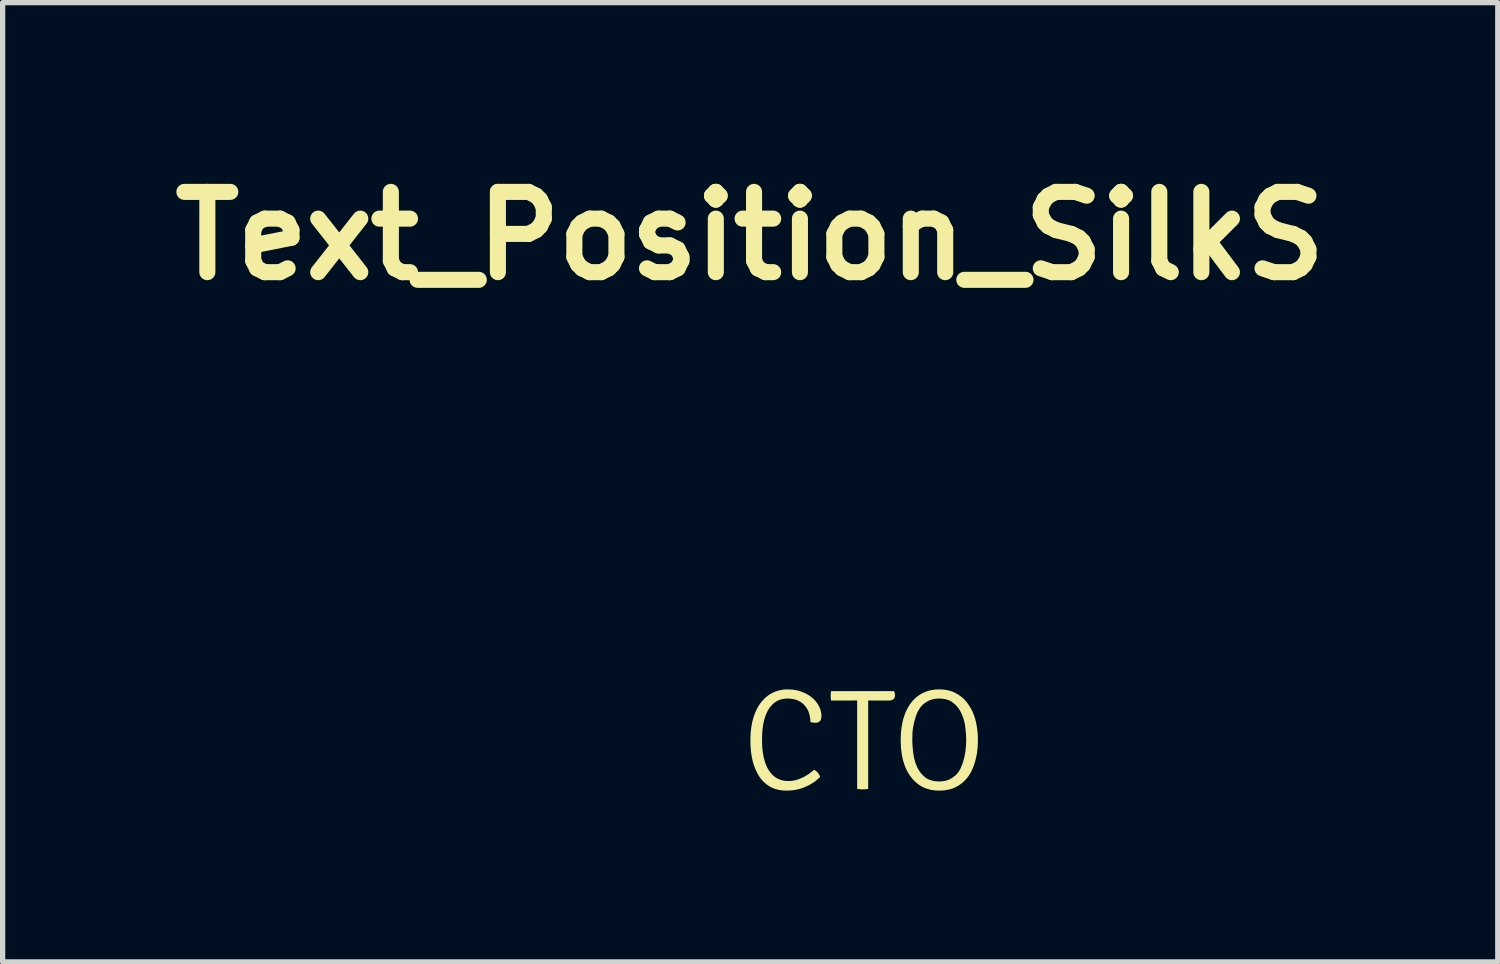
<source format=kicad_pcb>
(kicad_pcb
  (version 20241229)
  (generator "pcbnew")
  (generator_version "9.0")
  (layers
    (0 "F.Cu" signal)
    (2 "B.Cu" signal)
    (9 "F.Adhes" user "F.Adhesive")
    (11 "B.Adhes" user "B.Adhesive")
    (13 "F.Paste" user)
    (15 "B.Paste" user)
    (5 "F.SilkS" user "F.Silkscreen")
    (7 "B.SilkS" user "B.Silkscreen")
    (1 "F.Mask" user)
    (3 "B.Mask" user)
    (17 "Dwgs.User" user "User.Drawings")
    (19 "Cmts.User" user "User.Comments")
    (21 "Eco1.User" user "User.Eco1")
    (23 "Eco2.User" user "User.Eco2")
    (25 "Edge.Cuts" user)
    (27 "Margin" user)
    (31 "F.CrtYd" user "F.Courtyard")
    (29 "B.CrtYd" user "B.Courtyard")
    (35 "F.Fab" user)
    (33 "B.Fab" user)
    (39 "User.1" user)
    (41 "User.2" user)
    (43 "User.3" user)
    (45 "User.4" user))
  (footprint "Text_Position_SilkS"
    (layer "F.Cu")
    (at 11.191 11.959)
    (property "Reference" "Text_Position_SilkS" (at 0 -10.532 0) (layer "F.SilkS") (effects (font (size 1.524 1.524) (thickness 0.305))))
    (attr smd)
    (fp_poly (pts (xy 2.389 -1.711) (xy 2.239 -1.713) (xy 2.239 -0.034) (xy 2.217 -0.03) (xy 2.192 -0.028) (xy 2.165 -0.026) (xy 2.136 -0.026) (xy 2.113 -0.026) (xy 2.09 -0.027) (xy 2.069 -0.029) (xy 2.049 -0.031) (xy 2.03 -0.034) (xy 2.03 -1.713) (xy 1.883 -1.711) (xy 1.535 -1.711) (xy 1.532 -1.734) (xy 1.529 -1.756) (xy 1.528 -1.777) (xy 1.527 -1.798) (xy 1.528 -1.82) (xy 1.529 -1.843) (xy 1.532 -1.866) (xy 1.535 -1.89) (xy 2.731 -1.89) (xy 2.738 -1.871) (xy 2.743 -1.851) (xy 2.747 -1.828) (xy 2.748 -1.803) (xy 2.746 -1.784) (xy 2.741 -1.767) (xy 2.733 -1.752) (xy 2.722 -1.739) (xy 2.708 -1.729) (xy 2.691 -1.721) (xy 2.67 -1.715) (xy 2.647 -1.712) (xy 2.62 -1.711) (xy 2.389 -1.711)) (stroke (width 0) (type solid)) (fill yes) (layer "F.SilkS"))
    (fp_poly (pts (xy 1.142 -1.303) (xy 1.142 -1.326) (xy 1.14 -1.349) (xy 1.138 -1.372) (xy 1.134 -1.395) (xy 1.13 -1.418) (xy 1.124 -1.441) (xy 1.118 -1.463) (xy 1.111 -1.486) (xy 1.103 -1.508) (xy 1.093 -1.53) (xy 1.082 -1.55) (xy 1.07 -1.57) (xy 1.057 -1.589) (xy 1.042 -1.607) (xy 1.026 -1.626) (xy 1.01 -1.643) (xy 0.992 -1.658) (xy 0.972 -1.673) (xy 0.951 -1.687) (xy 0.929 -1.699) (xy 0.906 -1.711) (xy 0.885 -1.72) (xy 0.863 -1.727) (xy 0.84 -1.734) (xy 0.816 -1.739) (xy 0.79 -1.743) (xy 0.764 -1.746) (xy 0.736 -1.748) (xy 0.708 -1.749) (xy 0.682 -1.748) (xy 0.657 -1.746) (xy 0.633 -1.743) (xy 0.61 -1.739) (xy 0.587 -1.733) (xy 0.565 -1.726) (xy 0.543 -1.718) (xy 0.523 -1.709) (xy 0.502 -1.698) (xy 0.483 -1.686) (xy 0.464 -1.673) (xy 0.445 -1.658) (xy 0.428 -1.642) (xy 0.411 -1.625) (xy 0.394 -1.607) (xy 0.378 -1.588) (xy 0.363 -1.567) (xy 0.349 -1.545) (xy 0.339 -1.528) (xy 0.329 -1.51) (xy 0.319 -1.491) (xy 0.311 -1.472) (xy 0.302 -1.453) (xy 0.294 -1.432) (xy 0.286 -1.411) (xy 0.279 -1.39) (xy 0.273 -1.368) (xy 0.266 -1.345) (xy 0.26 -1.322) (xy 0.255 -1.298) (xy 0.25 -1.274) (xy 0.245 -1.249) (xy 0.241 -1.223) (xy 0.238 -1.197) (xy 0.234 -1.17) (xy 0.232 -1.143) (xy 0.229 -1.115) (xy 0.227 -1.086) (xy 0.226 -1.057) (xy 0.225 -1.027) (xy 0.224 -0.997) (xy 0.224 -0.966) (xy 0.224 -0.935) (xy 0.225 -0.904) (xy 0.226 -0.874) (xy 0.227 -0.845) (xy 0.229 -0.816) (xy 0.232 -0.788) (xy 0.235 -0.76) (xy 0.238 -0.734) (xy 0.242 -0.707) (xy 0.246 -0.681) (xy 0.251 -0.656) (xy 0.256 -0.632) (xy 0.262 -0.608) (xy 0.268 -0.585) (xy 0.275 -0.562) (xy 0.282 -0.54) (xy 0.289 -0.518) (xy 0.297 -0.497) (xy 0.306 -0.477) (xy 0.314 -0.457) (xy 0.324 -0.438) (xy 0.333 -0.42) (xy 0.344 -0.402) (xy 0.354 -0.384) (xy 0.368 -0.364) (xy 0.383 -0.344) (xy 0.398 -0.326) (xy 0.414 -0.309) (xy 0.43 -0.293) (xy 0.447 -0.277) (xy 0.465 -0.264) (xy 0.483 -0.251) (xy 0.502 -0.239) (xy 0.522 -0.228) (xy 0.542 -0.219) (xy 0.562 -0.211) (xy 0.584 -0.203) (xy 0.605 -0.197) (xy 0.628 -0.192) (xy 0.651 -0.188) (xy 0.675 -0.186) (xy 0.699 -0.184) (xy 0.724 -0.183) (xy 0.746 -0.184) (xy 0.768 -0.185) (xy 0.79 -0.187) (xy 0.812 -0.19) (xy 0.834 -0.194) (xy 0.856 -0.199) (xy 0.878 -0.205) (xy 0.9 -0.212) (xy 0.923 -0.219) (xy 0.945 -0.228) (xy 0.967 -0.237) (xy 0.989 -0.247) (xy 1.012 -0.258) (xy 1.034 -0.27) (xy 1.056 -0.283) (xy 1.079 -0.297) (xy 1.101 -0.312) (xy 1.123 -0.327) (xy 1.146 -0.343) (xy 1.168 -0.361) (xy 1.191 -0.379) (xy 1.213 -0.398) (xy 1.233 -0.385) (xy 1.252 -0.371) (xy 1.269 -0.356) (xy 1.284 -0.34) (xy 1.297 -0.322) (xy 1.309 -0.303) (xy 1.319 -0.283) (xy 1.327 -0.262) (xy 1.311 -0.246) (xy 1.293 -0.23) (xy 1.276 -0.214) (xy 1.258 -0.199) (xy 1.239 -0.184) (xy 1.219 -0.17) (xy 1.199 -0.156) (xy 1.179 -0.143) (xy 1.158 -0.13) (xy 1.136 -0.117) (xy 1.114 -0.105) (xy 1.092 -0.094) (xy 1.068 -0.083) (xy 1.045 -0.072) (xy 1.021 -0.062) (xy 0.997 -0.053) (xy 0.972 -0.045) (xy 0.948 -0.037) (xy 0.923 -0.03) (xy 0.898 -0.024) (xy 0.873 -0.019) (xy 0.848 -0.014) (xy 0.822 -0.01) (xy 0.797 -0.007) (xy 0.771 -0.004) (xy 0.744 -0.003) (xy 0.718 -0.002) (xy 0.691 -0.001) (xy 0.664 -0.002) (xy 0.636 -0.003) (xy 0.61 -0.005) (xy 0.584 -0.008) (xy 0.559 -0.012) (xy 0.534 -0.017) (xy 0.51 -0.023) (xy 0.487 -0.029) (xy 0.464 -0.036) (xy 0.442 -0.045) (xy 0.42 -0.054) (xy 0.399 -0.064) (xy 0.379 -0.075) (xy 0.357 -0.088) (xy 0.336 -0.102) (xy 0.316 -0.116) (xy 0.297 -0.131) (xy 0.278 -0.147) (xy 0.26 -0.164) (xy 0.242 -0.182) (xy 0.225 -0.2) (xy 0.209 -0.219) (xy 0.193 -0.239) (xy 0.178 -0.26) (xy 0.164 -0.281) (xy 0.152 -0.301) (xy 0.14 -0.322) (xy 0.129 -0.344) (xy 0.118 -0.365) (xy 0.107 -0.388) (xy 0.097 -0.41) (xy 0.088 -0.433) (xy 0.079 -0.457) (xy 0.071 -0.481) (xy 0.063 -0.506) (xy 0.055 -0.531) (xy 0.048 -0.557) (xy 0.042 -0.583) (xy 0.037 -0.606) (xy 0.032 -0.63) (xy 0.028 -0.653) (xy 0.024 -0.677) (xy 0.021 -0.701) (xy 0.017 -0.725) (xy 0.014 -0.75) (xy 0.012 -0.775) (xy 0.01 -0.799) (xy 0.008 -0.824) (xy 0.006 -0.85) (xy 0.005 -0.875) (xy 0.004 -0.901) (xy 0.004 -0.926) (xy 0.004 -0.952) (xy 0.004 -0.981) (xy 0.004 -1.009) (xy 0.005 -1.036) (xy 0.007 -1.063) (xy 0.008 -1.09) (xy 0.01 -1.116) (xy 0.013 -1.142) (xy 0.016 -1.167) (xy 0.019 -1.192) (xy 0.022 -1.216) (xy 0.026 -1.24) (xy 0.031 -1.264) (xy 0.035 -1.287) (xy 0.04 -1.31) (xy 0.046 -1.333) (xy 0.052 -1.355) (xy 0.058 -1.376) (xy 0.067 -1.404) (xy 0.076 -1.431) (xy 0.085 -1.457) (xy 0.095 -1.483) (xy 0.106 -1.507) (xy 0.117 -1.531) (xy 0.128 -1.554) (xy 0.14 -1.577) (xy 0.153 -1.599) (xy 0.166 -1.62) (xy 0.179 -1.64) (xy 0.193 -1.659) (xy 0.207 -1.678) (xy 0.224 -1.698) (xy 0.24 -1.717) (xy 0.257 -1.735) (xy 0.274 -1.753) (xy 0.292 -1.769) (xy 0.311 -1.785) (xy 0.33 -1.8) (xy 0.349 -1.813) (xy 0.368 -1.826) (xy 0.389 -1.839) (xy 0.409 -1.85) (xy 0.43 -1.86) (xy 0.454 -1.871) (xy 0.477 -1.881) (xy 0.501 -1.89) (xy 0.526 -1.897) (xy 0.55 -1.904) (xy 0.575 -1.91) (xy 0.601 -1.914) (xy 0.626 -1.918) (xy 0.652 -1.921) (xy 0.678 -1.922) (xy 0.705 -1.923) (xy 0.731 -1.922) (xy 0.757 -1.921) (xy 0.783 -1.919) (xy 0.808 -1.917) (xy 0.833 -1.914) (xy 0.857 -1.91) (xy 0.881 -1.905) (xy 0.904 -1.9) (xy 0.927 -1.894) (xy 0.949 -1.887) (xy 0.971 -1.879) (xy 0.997 -1.869) (xy 1.023 -1.859) (xy 1.047 -1.847) (xy 1.07 -1.835) (xy 1.093 -1.823) (xy 1.115 -1.809) (xy 1.136 -1.795) (xy 1.156 -1.78) (xy 1.175 -1.765) (xy 1.193 -1.749) (xy 1.211 -1.733) (xy 1.227 -1.716) (xy 1.242 -1.698) (xy 1.257 -1.68) (xy 1.27 -1.661) (xy 1.283 -1.642) (xy 1.295 -1.622) (xy 1.305 -1.602) (xy 1.316 -1.579) (xy 1.326 -1.555) (xy 1.334 -1.532) (xy 1.34 -1.508) (xy 1.345 -1.484) (xy 1.349 -1.46) (xy 1.351 -1.436) (xy 1.352 -1.412) (xy 1.35 -1.389) (xy 1.347 -1.368) (xy 1.341 -1.349) (xy 1.333 -1.334) (xy 1.322 -1.32) (xy 1.31 -1.309) (xy 1.294 -1.3) (xy 1.277 -1.294) (xy 1.257 -1.291) (xy 1.235 -1.289) (xy 1.215 -1.29) (xy 1.193 -1.293) (xy 1.169 -1.297) (xy 1.142 -1.303) (xy 1.142 -1.303)) (stroke (width 0) (type solid)) (fill yes) (layer "F.SilkS"))
    (fp_poly (pts (xy 3.099 -1.238) (xy 2.937 -0.465) (xy 2.929 -0.487) (xy 2.921 -0.51) (xy 2.914 -0.532) (xy 2.907 -0.556) (xy 2.9 -0.58) (xy 2.894 -0.604) (xy 2.889 -0.629) (xy 2.884 -0.654) (xy 2.879 -0.68) (xy 2.875 -0.706) (xy 2.871 -0.732) (xy 2.868 -0.759) (xy 2.865 -0.787) (xy 2.862 -0.814) (xy 2.86 -0.843) (xy 2.859 -0.872) (xy 2.858 -0.901) (xy 2.857 -0.931) (xy 2.857 -0.961) (xy 2.857 -0.987) (xy 2.857 -1.014) (xy 2.858 -1.04) (xy 2.86 -1.066) (xy 2.861 -1.091) (xy 2.863 -1.116) (xy 2.866 -1.141) (xy 2.868 -1.166) (xy 2.871 -1.19) (xy 2.875 -1.214) (xy 2.879 -1.238) (xy 2.883 -1.261) (xy 2.887 -1.284) (xy 2.892 -1.307) (xy 2.897 -1.33) (xy 2.903 -1.352) (xy 2.911 -1.379) (xy 2.919 -1.406) (xy 2.928 -1.432) (xy 2.937 -1.457) (xy 2.947 -1.482) (xy 2.957 -1.506) (xy 2.968 -1.529) (xy 2.98 -1.552) (xy 2.992 -1.574) (xy 3.004 -1.596) (xy 3.017 -1.617) (xy 3.03 -1.637) (xy 3.044 -1.656) (xy 3.06 -1.677) (xy 3.076 -1.697) (xy 3.093 -1.717) (xy 3.111 -1.735) (xy 3.129 -1.752) (xy 3.148 -1.769) (xy 3.167 -1.785) (xy 3.187 -1.8) (xy 3.207 -1.814) (xy 3.228 -1.828) (xy 3.25 -1.84) (xy 3.273 -1.852) (xy 3.294 -1.863) (xy 3.316 -1.872) (xy 3.339 -1.881) (xy 3.361 -1.889) (xy 3.385 -1.896) (xy 3.409 -1.902) (xy 3.433 -1.908) (xy 3.458 -1.912) (xy 3.483 -1.916) (xy 3.508 -1.919) (xy 3.534 -1.921) (xy 3.561 -1.922) (xy 3.588 -1.923) (xy 3.614 -1.922) (xy 3.64 -1.921) (xy 3.666 -1.919) (xy 3.691 -1.916) (xy 3.716 -1.913) (xy 3.74 -1.908) (xy 3.763 -1.903) (xy 3.786 -1.897) (xy 3.809 -1.89) (xy 3.831 -1.883) (xy 3.852 -1.874) (xy 3.873 -1.865) (xy 3.894 -1.855) (xy 3.914 -1.844) (xy 3.935 -1.832) (xy 3.955 -1.819) (xy 3.975 -1.806) (xy 3.995 -1.792) (xy 4.013 -1.777) (xy 4.032 -1.762) (xy 4.049 -1.745) (xy 4.066 -1.729) (xy 4.082 -1.711) (xy 4.098 -1.693) (xy 4.114 -1.674) (xy 4.128 -1.655) (xy 4.142 -1.635) (xy 4.156 -1.614) (xy 4.17 -1.593) (xy 4.182 -1.572) (xy 4.195 -1.55) (xy 4.206 -1.528) (xy 4.217 -1.505) (xy 4.228 -1.482) (xy 4.237 -1.458) (xy 4.247 -1.433) (xy 4.255 -1.408) (xy 4.264 -1.383) (xy 4.271 -1.357) (xy 4.278 -1.33) (xy 4.284 -1.307) (xy 4.289 -1.284) (xy 4.294 -1.26) (xy 4.298 -1.236) (xy 4.302 -1.212) (xy 4.306 -1.188) (xy 4.309 -1.164) (xy 4.312 -1.139) (xy 4.315 -1.115) (xy 4.317 -1.09) (xy 4.319 -1.065) (xy 4.32 -1.04) (xy 4.321 -1.014) (xy 4.321 -0.989) (xy 4.322 -0.963) (xy 4.321 -0.937) (xy 4.321 -0.91) (xy 4.32 -0.884) (xy 4.319 -0.858) (xy 4.317 -0.833) (xy 4.315 -0.807) (xy 4.312 -0.782) (xy 4.309 -0.757) (xy 4.306 -0.733) (xy 4.303 -0.709) (xy 4.299 -0.685) (xy 4.294 -0.661) (xy 4.289 -0.638) (xy 4.284 -0.615) (xy 4.279 -0.592) (xy 4.273 -0.569) (xy 4.265 -0.542) (xy 4.257 -0.516) (xy 4.249 -0.49) (xy 4.24 -0.465) (xy 4.23 -0.441) (xy 4.22 -0.417) (xy 4.21 -0.393) (xy 4.198 -0.37) (xy 4.187 -0.348) (xy 4.174 -0.326) (xy 4.161 -0.305) (xy 4.148 -0.285) (xy 4.134 -0.265) (xy 4.118 -0.244) (xy 4.102 -0.225) (xy 4.085 -0.206) (xy 4.067 -0.188) (xy 4.049 -0.17) (xy 4.03 -0.153) (xy 4.011 -0.138) (xy 3.99 -0.122) (xy 3.97 -0.108) (xy 3.948 -0.094) (xy 3.926 -0.081) (xy 3.903 -0.069) (xy 3.882 -0.059) (xy 3.86 -0.05) (xy 3.838 -0.041) (xy 3.815 -0.034) (xy 3.792 -0.027) (xy 3.768 -0.021) (xy 3.744 -0.016) (xy 3.719 -0.011) (xy 3.694 -0.008) (xy 3.668 -0.005) (xy 3.642 -0.003) (xy 3.615 -0.002) (xy 3.588 -0.001) (xy 3.561 -0.002) (xy 3.535 -0.003) (xy 3.509 -0.005) (xy 3.484 -0.008) (xy 3.459 -0.011) (xy 3.435 -0.015) (xy 3.411 -0.021) (xy 3.388 -0.026) (xy 3.365 -0.033) (xy 3.343 -0.041) (xy 3.321 -0.049) (xy 3.299 -0.058) (xy 3.278 -0.068) (xy 3.258 -0.078) (xy 3.238 -0.09) (xy 3.218 -0.102) (xy 3.199 -0.115) (xy 3.181 -0.129) (xy 3.162 -0.144) (xy 3.145 -0.159) (xy 3.129 -0.173) (xy 3.114 -0.188) (xy 3.099 -0.203) (xy 3.084 -0.219) (xy 3.07 -0.235) (xy 3.057 -0.252) (xy 3.044 -0.269) (xy 3.031 -0.287) (xy 3.019 -0.305) (xy 3.007 -0.323) (xy 2.996 -0.342) (xy 2.985 -0.362) (xy 2.974 -0.381) (xy 2.964 -0.402) (xy 2.955 -0.422) (xy 2.946 -0.443) (xy 2.937 -0.465) (xy 3.099 -1.238) (xy 3.094 -1.216) (xy 3.091 -1.194) (xy 3.087 -1.171) (xy 3.084 -1.148) (xy 3.082 -1.125) (xy 3.08 -1.102) (xy 3.079 -1.079) (xy 3.078 -1.056) (xy 3.078 -1.033) (xy 3.077 -1.01) (xy 3.077 -0.987) (xy 3.077 -0.963) (xy 3.077 -0.939) (xy 3.078 -0.914) (xy 3.079 -0.889) (xy 3.08 -0.863) (xy 3.082 -0.837) (xy 3.084 -0.811) (xy 3.086 -0.784) (xy 3.089 -0.757) (xy 3.092 -0.73) (xy 3.096 -0.702) (xy 3.1 -0.678) (xy 3.104 -0.654) (xy 3.109 -0.63) (xy 3.114 -0.606) (xy 3.121 -0.582) (xy 3.127 -0.559) (xy 3.134 -0.536) (xy 3.142 -0.513) (xy 3.151 -0.491) (xy 3.16 -0.469) (xy 3.169 -0.447) (xy 3.181 -0.424) (xy 3.193 -0.402) (xy 3.206 -0.38) (xy 3.22 -0.36) (xy 3.235 -0.34) (xy 3.251 -0.32) (xy 3.268 -0.302) (xy 3.286 -0.284) (xy 3.305 -0.267) (xy 3.324 -0.251) (xy 3.343 -0.238) (xy 3.363 -0.226) (xy 3.384 -0.215) (xy 3.406 -0.206) (xy 3.429 -0.198) (xy 3.453 -0.191) (xy 3.478 -0.185) (xy 3.504 -0.181) (xy 3.531 -0.178) (xy 3.559 -0.176) (xy 3.588 -0.175) (xy 3.615 -0.176) (xy 3.641 -0.178) (xy 3.666 -0.181) (xy 3.69 -0.185) (xy 3.713 -0.19) (xy 3.736 -0.197) (xy 3.757 -0.204) (xy 3.778 -0.213) (xy 3.801 -0.225) (xy 3.823 -0.237) (xy 3.843 -0.25) (xy 3.863 -0.264) (xy 3.882 -0.279) (xy 3.9 -0.294) (xy 3.917 -0.311) (xy 3.933 -0.329) (xy 3.947 -0.348) (xy 3.961 -0.368) (xy 3.974 -0.389) (xy 3.986 -0.41) (xy 3.997 -0.432) (xy 4.006 -0.455) (xy 4.016 -0.479) (xy 4.025 -0.502) (xy 4.034 -0.526) (xy 4.041 -0.55) (xy 4.049 -0.574) (xy 4.055 -0.599) (xy 4.061 -0.624) (xy 4.067 -0.649) (xy 4.072 -0.675) (xy 4.077 -0.7) (xy 4.081 -0.725) (xy 4.085 -0.75) (xy 4.088 -0.775) (xy 4.091 -0.8) (xy 4.093 -0.825) (xy 4.095 -0.849) (xy 4.096 -0.873) (xy 4.097 -0.896) (xy 4.098 -0.919) (xy 4.099 -0.941) (xy 4.099 -0.963) (xy 4.099 -0.987) (xy 4.098 -1.012) (xy 4.097 -1.037) (xy 4.096 -1.062) (xy 4.094 -1.088) (xy 4.092 -1.114) (xy 4.089 -1.14) (xy 4.087 -1.167) (xy 4.083 -1.194) (xy 4.08 -1.222) (xy 4.076 -1.247) (xy 4.072 -1.271) (xy 4.067 -1.296) (xy 4.061 -1.319) (xy 4.055 -1.343) (xy 4.048 -1.366) (xy 4.04 -1.389) (xy 4.032 -1.412) (xy 4.023 -1.434) (xy 4.014 -1.456) (xy 4.004 -1.477) (xy 3.992 -1.5) (xy 3.98 -1.522) (xy 3.967 -1.543) (xy 3.953 -1.564) (xy 3.938 -1.584) (xy 3.922 -1.603) (xy 3.905 -1.621) (xy 3.887 -1.638) (xy 3.868 -1.654) (xy 3.849 -1.67) (xy 3.83 -1.684) (xy 3.811 -1.696) (xy 3.791 -1.707) (xy 3.769 -1.717) (xy 3.746 -1.725) (xy 3.723 -1.733) (xy 3.698 -1.738) (xy 3.672 -1.743) (xy 3.645 -1.746) (xy 3.617 -1.748) (xy 3.588 -1.749) (xy 3.561 -1.748) (xy 3.535 -1.747) (xy 3.51 -1.744) (xy 3.486 -1.74) (xy 3.463 -1.735) (xy 3.44 -1.728) (xy 3.419 -1.721) (xy 3.398 -1.712) (xy 3.379 -1.703) (xy 3.357 -1.691) (xy 3.337 -1.679) (xy 3.318 -1.666) (xy 3.299 -1.652) (xy 3.282 -1.637) (xy 3.265 -1.621) (xy 3.249 -1.604) (xy 3.235 -1.586) (xy 3.221 -1.568) (xy 3.209 -1.549) (xy 3.197 -1.53) (xy 3.186 -1.51) (xy 3.175 -1.489) (xy 3.165 -1.468) (xy 3.156 -1.445) (xy 3.148 -1.423) (xy 3.14 -1.4) (xy 3.133 -1.377) (xy 3.127 -1.355) (xy 3.12 -1.332) (xy 3.114 -1.308) (xy 3.109 -1.285) (xy 3.104 -1.262) (xy 3.099 -1.238) (xy 3.099 -1.238)) (stroke (width 0) (type solid)) (fill yes) (layer "F.SilkS")))
  (gr_rect
    (start -3 -3)
    (end 25.381 15.209)
    (stroke (width 0.1) (type default))
    (fill no)
    (layer "Edge.Cuts")))
</source>
